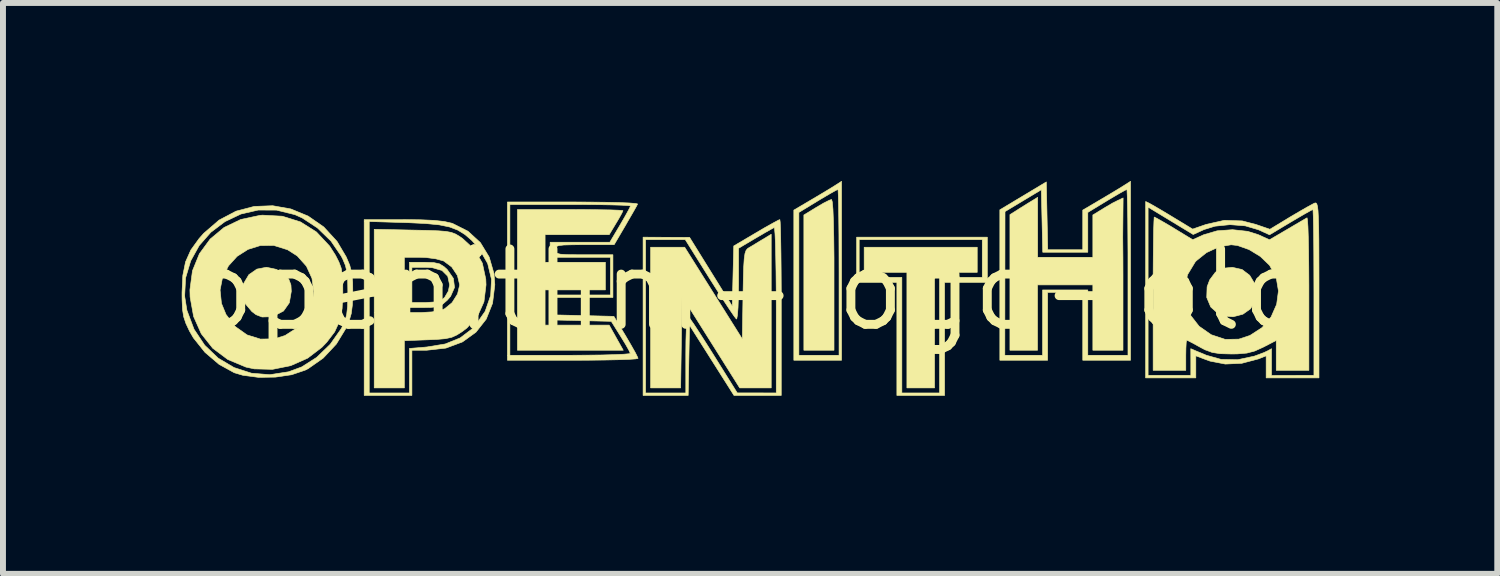
<source format=kicad_pcb>
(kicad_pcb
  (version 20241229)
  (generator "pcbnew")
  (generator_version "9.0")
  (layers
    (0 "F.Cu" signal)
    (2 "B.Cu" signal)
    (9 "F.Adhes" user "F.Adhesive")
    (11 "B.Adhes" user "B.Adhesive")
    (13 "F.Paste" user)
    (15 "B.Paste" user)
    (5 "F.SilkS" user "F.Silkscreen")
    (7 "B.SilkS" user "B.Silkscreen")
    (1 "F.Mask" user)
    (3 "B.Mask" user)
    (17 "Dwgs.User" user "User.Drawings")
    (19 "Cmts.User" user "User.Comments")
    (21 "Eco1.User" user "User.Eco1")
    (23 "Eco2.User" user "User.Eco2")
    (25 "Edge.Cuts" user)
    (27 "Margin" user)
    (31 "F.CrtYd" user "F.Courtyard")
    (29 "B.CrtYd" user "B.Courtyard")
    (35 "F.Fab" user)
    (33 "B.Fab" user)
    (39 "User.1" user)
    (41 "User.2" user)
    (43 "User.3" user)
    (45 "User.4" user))
  (footprint "openithm-logo-old"
    (layer "F.Cu")
    (at 9.563 1.835)
    (property "Reference" "openithm-logo-old" (at 0 0 0) (layer "F.SilkS") (effects (font (size 1.27 1.27) (thickness 0.15))))
    (attr through_hole)
    (fp_poly (pts (xy 3.852 -0.296) (xy 3.133 -0.296) (xy 3.133 1.651) (xy 2.667 1.651) (xy 2.667 -0.296) (xy 1.947 -0.296) (xy 1.947 -0.72) (xy 3.852 -0.72) (xy 3.852 -0.296)) (stroke (width 0.01) (type solid)) (fill yes) (layer "F.SilkS"))
    (fp_poly (pts (xy 1.41 -1.482) (xy 1.421 -1.36) (xy 1.429 -1.161) (xy 1.435 -0.889) (xy 1.439 -0.548) (xy 1.439 -0.254) (xy 1.439 1.016) (xy 0.931 1.016) (xy 0.931 -1.263) (xy 1.144 -1.393) (xy 1.265 -1.464) (xy 1.359 -1.511) (xy 1.398 -1.524) (xy 1.41 -1.482)) (stroke (width 0.01) (type solid)) (fill yes) (layer "F.SilkS"))
    (fp_poly (pts (xy 8.314 -0.344) (xy 8.442 -0.247) (xy 8.525 -0.109) (xy 8.554 0.051) (xy 8.522 0.212) (xy 8.456 0.318) (xy 8.328 0.409) (xy 8.163 0.452) (xy 7.997 0.44) (xy 7.921 0.409) (xy 7.786 0.287) (xy 7.719 0.127) (xy 7.725 -0.053) (xy 7.769 -0.17) (xy 7.866 -0.3) (xy 8.001 -0.366) (xy 8.15 -0.381) (xy 8.314 -0.344)) (stroke (width 0.01) (type solid)) (fill yes) (layer "F.SilkS"))
    (fp_poly (pts (xy -7.954 -0.346) (xy -7.835 -0.271) (xy -7.748 -0.182) (xy -7.711 -0.084) (xy -7.705 0.023) (xy -7.738 0.216) (xy -7.836 0.355) (xy -7.994 0.437) (xy -8.067 0.452) (xy -8.198 0.456) (xy -8.299 0.417) (xy -8.369 0.364) (xy -8.493 0.217) (xy -8.536 0.052) (xy -8.509 -0.107) (xy -8.42 -0.257) (xy -8.285 -0.351) (xy -8.123 -0.382) (xy -7.954 -0.346)) (stroke (width 0.01) (type solid)) (fill yes) (layer "F.SilkS"))
    (fp_poly (pts (xy 4.022 -0.127) (xy 3.302 -0.127) (xy 3.302 1.778) (xy 2.498 1.778) (xy 2.498 -0.127) (xy 1.82 -0.127) (xy 1.82 -0.847) (xy 1.863 -0.847) (xy 1.863 -0.212) (xy 2.582 -0.212) (xy 2.582 1.736) (xy 3.217 1.736) (xy 3.217 -0.212) (xy 3.937 -0.212) (xy 3.937 -0.847) (xy 1.863 -0.847) (xy 1.82 -0.847) (xy 1.82 -0.889) (xy 4.022 -0.889) (xy 4.022 -0.127)) (stroke (width 0.01) (type solid)) (fill yes) (layer "F.SilkS"))
    (fp_poly (pts (xy 6.304 -0.889) (xy 6.307 -0.548) (xy 6.308 -0.254) (xy 6.308 1.016) (xy 5.8 1.016) (xy 5.8 -0.085) (xy 4.868 -0.085) (xy 4.868 1.016) (xy 4.403 1.016) (xy 4.403 -1.269) (xy 4.575 -1.378) (xy 4.698 -1.455) (xy 4.87 -1.56) (xy 4.87 -0.55) (xy 5.8 -0.55) (xy 5.8 -1.263) (xy 6.012 -1.393) (xy 6.133 -1.464) (xy 6.227 -1.511) (xy 6.31 -1.55)) (stroke (width 0.01) (type solid)) (fill yes) (layer "F.SilkS"))
    (fp_poly (pts (xy -2.742 -1.354) (xy -2.509 -1.351) (xy -2.32 -1.348) (xy -2.186 -1.343) (xy -2.121 -1.337) (xy -2.117 -1.335) (xy -2.137 -1.291) (xy -2.188 -1.199) (xy -2.233 -1.124) (xy -2.349 -0.931) (xy -3.429 -0.931) (xy -3.429 -0.466) (xy -2.413 -0.466) (xy -2.413 0) (xy -3.429 0) (xy -3.429 0.593) (xy -2.349 0.593) (xy -2.231 0.804) (xy -2.112 1.016) (xy -3.895 1.016) (xy -3.895 -1.355) (xy -3.006 -1.355) (xy -2.742 -1.354)) (stroke (width 0.01) (type solid)) (fill yes) (layer "F.SilkS"))
    (fp_poly (pts (xy 0.381 1.651) (xy -0.15 1.651) (xy -0.636 0.878) (xy -1.122 0.106) (xy -1.133 0.878) (xy -1.145 1.651) (xy -1.651 1.651) (xy -1.651 -0.72) (xy -1.077 -0.72) (xy -0.106 0.826) (xy -0.094 0.084) (xy -0.089 -0.188) (xy -0.083 -0.386) (xy -0.074 -0.524) (xy -0.061 -0.614) (xy -0.042 -0.668) (xy -0.017 -0.697) (xy -0.01 -0.702) (xy 0.072 -0.751) (xy 0.187 -0.821) (xy 0.222 -0.842) (xy 0.381 -0.938) (xy 0.381 1.651)) (stroke (width 0.01) (type solid)) (fill yes) (layer "F.SilkS"))
    (fp_poly (pts (xy 1.566 1.185) (xy 0.762 1.185) (xy 0.762 -1.306) (xy 0.847 -1.306) (xy 0.847 1.101) (xy 1.524 1.101) (xy 1.524 -0.296) (xy 1.523 -0.631) (xy 1.522 -0.936) (xy 1.519 -1.203) (xy 1.516 -1.422) (xy 1.512 -1.582) (xy 1.508 -1.675) (xy 1.504 -1.693) (xy 1.462 -1.673) (xy 1.365 -1.618) (xy 1.231 -1.539) (xy 1.166 -1.5) (xy 0.847 -1.306) (xy 0.762 -1.306) (xy 0.762 -1.345) (xy 1.069 -1.526) (xy 1.224 -1.618) (xy 1.362 -1.701) (xy 1.457 -1.76) (xy 1.471 -1.769) (xy 1.566 -1.83) (xy 1.566 1.185)) (stroke (width 0.01) (type solid)) (fill yes) (layer "F.SilkS"))
    (fp_poly (pts (xy -5.306 -0.461) (xy -5.207 -0.439) (xy -5.129 -0.39) (xy -5.077 -0.342) (xy -4.974 -0.194) (xy -4.955 -0.042) (xy -5.021 0.108) (xy -5.077 0.173) (xy -5.158 0.243) (xy -5.24 0.281) (xy -5.356 0.295) (xy -5.458 0.296) (xy -5.715 0.296) (xy -5.715 -0.381) (xy -5.673 -0.381) (xy -5.673 0.212) (xy -5.44 0.212) (xy -5.28 0.202) (xy -5.175 0.168) (xy -5.122 0.127) (xy -5.059 0.02) (xy -5.038 -0.085) (xy -5.069 -0.231) (xy -5.166 -0.328) (xy -5.331 -0.375) (xy -5.44 -0.381) (xy -5.673 -0.381) (xy -5.715 -0.381) (xy -5.715 -0.466) (xy -5.458 -0.466) (xy -5.306 -0.461)) (stroke (width 0.01) (type solid)) (fill yes) (layer "F.SilkS"))
    (fp_poly (pts (xy -5.655 -1.008) (xy -5.407 -1.003) (xy -5.227 -0.996) (xy -5.1 -0.986) (xy -5.009 -0.969) (xy -4.94 -0.943) (xy -4.875 -0.905) (xy -4.819 -0.866) (xy -4.615 -0.678) (xy -4.486 -0.451) (xy -4.428 -0.181) (xy -4.424 -0.085) (xy -4.459 0.2) (xy -4.566 0.44) (xy -4.745 0.64) (xy -4.819 0.697) (xy -4.914 0.758) (xy -5.002 0.798) (xy -5.108 0.821) (xy -5.256 0.834) (xy -5.401 0.84) (xy -5.8 0.855) (xy -5.8 1.651) (xy -6.308 1.651) (xy -6.308 -0.55) (xy -5.8 -0.55) (xy -5.8 0.381) (xy -5.522 0.381) (xy -5.332 0.37) (xy -5.177 0.339) (xy -5.121 0.317) (xy -4.996 0.214) (xy -4.904 0.068) (xy -4.868 -0.084) (xy -4.868 -0.085) (xy -4.906 -0.243) (xy -5.003 -0.388) (xy -5.137 -0.487) (xy -5.145 -0.49) (xy -5.269 -0.524) (xy -5.433 -0.546) (xy -5.544 -0.55) (xy -5.8 -0.55) (xy -6.308 -0.55) (xy -6.308 -1.022) (xy -5.655 -1.008)) (stroke (width 0.01) (type solid)) (fill yes) (layer "F.SilkS"))
    (fp_poly (pts (xy 6.435 1.185) (xy 5.63 1.185) (xy 5.63 0.042) (xy 5.038 0.042) (xy 5.038 1.185) (xy 4.233 1.185) (xy 4.233 1.101) (xy 4.32 1.101) (xy 4.953 1.101) (xy 4.953 0) (xy 5.715 0) (xy 5.715 1.101) (xy 6.392 1.101) (xy 6.392 -0.296) (xy 6.392 -0.631) (xy 6.39 -0.936) (xy 6.388 -1.203) (xy 6.384 -1.422) (xy 6.38 -1.582) (xy 6.376 -1.675) (xy 6.373 -1.693) (xy 6.33 -1.673) (xy 6.233 -1.618) (xy 6.099 -1.539) (xy 6.034 -1.5) (xy 5.715 -1.306) (xy 5.715 -0.635) (xy 4.956 -0.635) (xy 4.932 -1.688) (xy 4.32 -1.32) (xy 4.317 1.101) (xy 4.233 1.101) (xy 4.233 -1.35) (xy 4.625 -1.585) (xy 5.016 -1.82) (xy 5.028 -1.249) (xy 5.04 -0.677) (xy 5.63 -0.677) (xy 5.63 -1.345) (xy 5.937 -1.526) (xy 6.092 -1.618) (xy 6.23 -1.701) (xy 6.325 -1.76) (xy 6.339 -1.769) (xy 6.435 -1.83) (xy 6.435 1.185)) (stroke (width 0.01) (type solid)) (fill yes) (layer "F.SilkS"))
    (fp_poly (pts (xy -5.527 -1.182) (xy -5.298 -1.172) (xy -5.127 -1.153) (xy -5.004 -1.125) (xy -4.99 -1.121) (xy -4.728 -0.989) (xy -4.519 -0.797) (xy -4.371 -0.554) (xy -4.289 -0.271) (xy -4.276 -0.087) (xy -4.314 0.224) (xy -4.421 0.492) (xy -4.593 0.711) (xy -4.821 0.876) (xy -5.1 0.98) (xy -5.423 1.016) (xy -5.426 1.016) (xy -5.673 1.016) (xy -5.673 1.778) (xy -6.477 1.778) (xy -6.477 1.736) (xy -6.392 1.736) (xy -5.715 1.736) (xy -5.715 0.986) (xy -5.42 0.961) (xy -5.11 0.91) (xy -4.859 0.808) (xy -4.652 0.651) (xy -4.61 0.606) (xy -4.438 0.359) (xy -4.346 0.094) (xy -4.332 -0.178) (xy -4.396 -0.444) (xy -4.538 -0.694) (xy -4.664 -0.834) (xy -4.78 -0.934) (xy -4.9 -1.008) (xy -5.039 -1.061) (xy -5.214 -1.097) (xy -5.441 -1.119) (xy -5.735 -1.133) (xy -5.768 -1.134) (xy -6.392 -1.153) (xy -6.392 1.736) (xy -6.477 1.736) (xy -6.477 -1.185) (xy -5.828 -1.185) (xy -5.527 -1.182)) (stroke (width 0.01) (type solid)) (fill yes) (layer "F.SilkS"))
    (fp_poly (pts (xy -7.856 -1.242) (xy -7.55 -1.146) (xy -7.282 -0.977) (xy -7.059 -0.739) (xy -6.962 -0.587) (xy -6.903 -0.471) (xy -6.865 -0.369) (xy -6.846 -0.255) (xy -6.838 -0.102) (xy -6.837 0.042) (xy -6.849 0.312) (xy -6.892 0.525) (xy -6.974 0.706) (xy -7.106 0.879) (xy -7.19 0.967) (xy -7.43 1.15) (xy -7.715 1.276) (xy -8.022 1.338) (xy -8.329 1.33) (xy -8.469 1.3) (xy -8.775 1.172) (xy -9.028 0.983) (xy -9.222 0.738) (xy -9.351 0.448) (xy -9.41 0.119) (xy -9.413 0.001) (xy -8.905 0.001) (xy -8.882 0.226) (xy -8.805 0.414) (xy -8.648 0.618) (xy -8.45 0.758) (xy -8.226 0.828) (xy -7.989 0.824) (xy -7.81 0.768) (xy -7.599 0.632) (xy -7.447 0.453) (xy -7.356 0.245) (xy -7.326 0.024) (xy -7.357 -0.196) (xy -7.45 -0.4) (xy -7.605 -0.573) (xy -7.768 -0.677) (xy -8.001 -0.75) (xy -8.226 -0.748) (xy -8.435 -0.683) (xy -8.618 -0.566) (xy -8.763 -0.406) (xy -8.863 -0.213) (xy -8.905 0.001) (xy -9.413 0.001) (xy -9.413 -0.002) (xy -9.37 -0.323) (xy -9.253 -0.61) (xy -9.073 -0.856) (xy -8.838 -1.052) (xy -8.555 -1.188) (xy -8.234 -1.256) (xy -8.191 -1.26) (xy -7.856 -1.242)) (stroke (width 0.01) (type solid)) (fill yes) (layer "F.SilkS"))
    (fp_poly (pts (xy 0.532 -1.145) (xy 0.537 -1.029) (xy 0.541 -0.847) (xy 0.545 -0.61) (xy 0.548 -0.327) (xy 0.55 -0.006) (xy 0.55 0.296) (xy 0.55 1.778) (xy -0.246 1.778) (xy -0.621 1.186) (xy -0.995 0.595) (xy -1.007 1.186) (xy -1.018 1.778) (xy -1.778 1.778) (xy -1.778 -0.847) (xy -1.736 -0.847) (xy -1.736 1.736) (xy -1.058 1.736) (xy -1.058 1.077) (xy -1.056 0.854) (xy -1.05 0.666) (xy -1.041 0.527) (xy -1.029 0.451) (xy -1.022 0.441) (xy -0.988 0.483) (xy -0.918 0.584) (xy -0.82 0.734) (xy -0.701 0.92) (xy -0.588 1.099) (xy -0.191 1.735) (xy 0.138 1.735) (xy 0.466 1.736) (xy 0.466 0.335) (xy 0.465 0.001) (xy 0.462 -0.303) (xy 0.457 -0.569) (xy 0.452 -0.786) (xy 0.445 -0.944) (xy 0.437 -1.034) (xy 0.431 -1.051) (xy 0.381 -1.024) (xy 0.278 -0.966) (xy 0.143 -0.887) (xy 0.114 -0.87) (xy -0.169 -0.702) (xy -0.169 -0.095) (xy -0.172 0.119) (xy -0.178 0.297) (xy -0.188 0.424) (xy -0.2 0.487) (xy -0.206 0.49) (xy -0.239 0.449) (xy -0.309 0.347) (xy -0.408 0.197) (xy -0.528 0.011) (xy -0.655 -0.189) (xy -1.067 -0.847) (xy -1.736 -0.847) (xy -1.778 -0.847) (xy -1.778 -0.889) (xy -1.386 -0.887) (xy -0.995 -0.886) (xy -0.635 -0.306) (xy -0.275 0.274) (xy -0.263 -0.234) (xy -0.25 -0.741) (xy 0.126 -0.963) (xy 0.284 -1.056) (xy 0.415 -1.129) (xy 0.501 -1.175) (xy 0.526 -1.185) (xy 0.532 -1.145)) (stroke (width 0.01) (type solid)) (fill yes) (layer "F.SilkS"))
    (fp_poly (pts (xy 6.75 -1.461) (xy 6.849 -1.405) (xy 6.987 -1.324) (xy 7.105 -1.253) (xy 7.481 -1.025) (xy 7.709 -1.104) (xy 8.016 -1.173) (xy 8.317 -1.163) (xy 8.551 -1.102) (xy 8.783 -1.022) (xy 9.126 -1.23) (xy 9.284 -1.323) (xy 9.42 -1.401) (xy 9.514 -1.452) (xy 9.539 -1.464) (xy 9.558 -1.466) (xy 9.573 -1.45) (xy 9.585 -1.409) (xy 9.594 -1.334) (xy 9.6 -1.218) (xy 9.605 -1.053) (xy 9.608 -0.83) (xy 9.609 -0.542) (xy 9.61 -0.18) (xy 9.61 -0.005) (xy 9.61 1.482) (xy 8.72 1.482) (xy 8.72 1.11) (xy 8.59 1.162) (xy 8.31 1.236) (xy 8.032 1.249) (xy 7.774 1.199) (xy 7.673 1.162) (xy 7.535 1.11) (xy 7.535 1.482) (xy 6.689 1.482) (xy 6.689 1.439) (xy 6.731 1.439) (xy 7.451 1.439) (xy 7.451 1.228) (xy 7.45 0.99) (xy 7.547 1.032) (xy 7.651 1.074) (xy 7.711 1.1) (xy 7.96 1.17) (xy 8.239 1.176) (xy 8.519 1.116) (xy 8.561 1.101) (xy 8.684 1.055) (xy 8.75 1.024) (xy 8.81 0.99) (xy 8.81 1.44) (xy 9.525 1.439) (xy 9.525 0.042) (xy 9.524 -0.292) (xy 9.523 -0.598) (xy 9.521 -0.865) (xy 9.518 -1.083) (xy 9.514 -1.244) (xy 9.51 -1.336) (xy 9.507 -1.355) (xy 9.465 -1.334) (xy 9.368 -1.28) (xy 9.231 -1.2) (xy 9.133 -1.142) (xy 8.777 -0.929) (xy 8.59 -1.014) (xy 8.367 -1.08) (xy 8.11 -1.1) (xy 7.857 -1.074) (xy 7.672 -1.017) (xy 7.491 -0.934) (xy 6.731 -1.395) (xy 6.731 1.439) (xy 6.689 1.439) (xy 6.689 0) (xy 6.69 -1.49) (xy 6.75 -1.461)) (stroke (width 0.01) (type solid)) (fill yes) (layer "F.SilkS"))
    (fp_poly (pts (xy 6.878 -1.207) (xy 6.975 -1.152) (xy 7.109 -1.074) (xy 7.169 -1.037) (xy 7.483 -0.846) (xy 7.668 -0.93) (xy 7.894 -0.996) (xy 8.154 -1.015) (xy 8.41 -0.987) (xy 8.59 -0.93) (xy 8.776 -0.845) (xy 9.077 -1.021) (xy 9.219 -1.105) (xy 9.334 -1.172) (xy 9.401 -1.211) (xy 9.409 -1.215) (xy 9.416 -1.179) (xy 9.424 -1.068) (xy 9.43 -0.893) (xy 9.435 -0.663) (xy 9.438 -0.389) (xy 9.44 -0.081) (xy 9.44 0.061) (xy 9.44 1.355) (xy 8.89 1.355) (xy 8.89 0.851) (xy 8.669 0.965) (xy 8.528 1.029) (xy 8.395 1.064) (xy 8.231 1.078) (xy 8.13 1.079) (xy 7.945 1.074) (xy 7.811 1.053) (xy 7.691 1.009) (xy 7.604 0.963) (xy 7.489 0.899) (xy 7.407 0.857) (xy 7.382 0.847) (xy 7.373 0.885) (xy 7.368 0.985) (xy 7.366 1.101) (xy 7.366 1.355) (xy 6.816 1.355) (xy 6.816 0.064) (xy 6.816 -0.028) (xy 7.342 -0.028) (xy 7.359 0.204) (xy 7.443 0.423) (xy 7.59 0.612) (xy 7.795 0.755) (xy 8.03 0.833) (xy 8.259 0.829) (xy 8.447 0.767) (xy 8.652 0.634) (xy 8.804 0.453) (xy 8.897 0.242) (xy 8.927 0.017) (xy 8.89 -0.206) (xy 8.781 -0.409) (xy 8.776 -0.416) (xy 8.622 -0.564) (xy 8.432 -0.68) (xy 8.237 -0.749) (xy 8.13 -0.761) (xy 7.923 -0.725) (xy 7.715 -0.629) (xy 7.544 -0.492) (xy 7.524 -0.47) (xy 7.396 -0.258) (xy 7.342 -0.028) (xy 6.816 -0.028) (xy 6.816 -0.257) (xy 6.818 -0.549) (xy 6.821 -0.802) (xy 6.824 -1.005) (xy 6.829 -1.148) (xy 6.833 -1.22) (xy 6.835 -1.228) (xy 6.878 -1.207)) (stroke (width 0.01) (type solid)) (fill yes) (layer "F.SilkS"))
    (fp_poly (pts (xy -7.712 -1.364) (xy -7.421 -1.244) (xy -7.158 -1.061) (xy -6.934 -0.817) (xy -6.779 -0.555) (xy -6.72 -0.415) (xy -6.686 -0.283) (xy -6.671 -0.128) (xy -6.669 0.042) (xy -6.675 0.246) (xy -6.695 0.399) (xy -6.735 0.535) (xy -6.782 0.643) (xy -6.946 0.912) (xy -7.167 1.148) (xy -7.422 1.327) (xy -7.472 1.352) (xy -7.7 1.429) (xy -7.973 1.469) (xy -8.257 1.473) (xy -8.521 1.438) (xy -8.666 1.395) (xy -8.922 1.254) (xy -9.16 1.051) (xy -9.354 0.808) (xy -9.421 0.692) (xy -9.481 0.564) (xy -9.518 0.453) (xy -9.538 0.33) (xy -9.545 0.167) (xy -9.546 0.104) (xy -9.502 0.104) (xy -9.464 0.343) (xy -9.344 0.662) (xy -9.164 0.932) (xy -8.936 1.15) (xy -8.669 1.308) (xy -8.376 1.403) (xy -8.066 1.428) (xy -7.75 1.379) (xy -7.529 1.297) (xy -7.278 1.137) (xy -7.049 0.916) (xy -6.865 0.655) (xy -6.851 0.629) (xy -6.802 0.524) (xy -6.772 0.416) (xy -6.757 0.28) (xy -6.753 0.089) (xy -6.752 0.042) (xy -6.755 -0.158) (xy -6.767 -0.301) (xy -6.793 -0.413) (xy -6.838 -0.52) (xy -6.865 -0.572) (xy -7.036 -0.823) (xy -7.264 -1.044) (xy -7.521 -1.213) (xy -7.643 -1.268) (xy -7.955 -1.345) (xy -8.262 -1.346) (xy -8.554 -1.279) (xy -8.823 -1.151) (xy -9.06 -0.972) (xy -9.256 -0.749) (xy -9.4 -0.49) (xy -9.486 -0.203) (xy -9.502 0.104) (xy -9.546 0.104) (xy -9.546 0.042) (xy -9.533 -0.243) (xy -9.487 -0.472) (xy -9.398 -0.672) (xy -9.258 -0.866) (xy -9.181 -0.953) (xy -8.923 -1.176) (xy -8.636 -1.327) (xy -8.331 -1.407) (xy -8.019 -1.419) (xy -7.712 -1.364)) (stroke (width 0.01) (type solid)) (fill yes) (layer "F.SilkS"))
    (fp_poly (pts (xy -2.665 -1.48) (xy -2.401 -1.477) (xy -2.178 -1.472) (xy -2.009 -1.465) (xy -1.902 -1.456) (xy -1.87 -1.448) (xy -1.896 -1.398) (xy -1.955 -1.294) (xy -2.036 -1.155) (xy -2.074 -1.088) (xy -2.265 -0.763) (xy -2.762 -0.763) (xy -2.974 -0.761) (xy -3.115 -0.757) (xy -3.2 -0.747) (xy -3.243 -0.729) (xy -3.258 -0.7) (xy -3.26 -0.677) (xy -3.255 -0.641) (xy -3.229 -0.617) (xy -3.17 -0.602) (xy -3.062 -0.595) (xy -2.892 -0.593) (xy -2.773 -0.593) (xy -2.286 -0.593) (xy -2.286 0.127) (xy -3.26 0.127) (xy -3.26 0.421) (xy -2.765 0.433) (xy -2.27 0.445) (xy -2.066 0.783) (xy -1.978 0.934) (xy -1.908 1.058) (xy -1.869 1.136) (xy -1.863 1.154) (xy -1.903 1.162) (xy -2.017 1.17) (xy -2.194 1.176) (xy -2.421 1.181) (xy -2.689 1.184) (xy -2.963 1.185) (xy -4.064 1.185) (xy -4.064 -1.439) (xy -4.022 -1.439) (xy -4.022 1.101) (xy -3.006 1.101) (xy -2.723 1.099) (xy -2.47 1.096) (xy -2.26 1.09) (xy -2.103 1.083) (xy -2.012 1.075) (xy -1.993 1.069) (xy -2.015 1.02) (xy -2.071 0.92) (xy -2.15 0.791) (xy -2.155 0.783) (xy -2.314 0.529) (xy -2.829 0.517) (xy -3.344 0.505) (xy -3.344 0.085) (xy -2.328 0.085) (xy -2.328 -0.55) (xy -3.344 -0.55) (xy -3.344 -0.804) (xy -2.338 -0.804) (xy -2.164 -1.097) (xy -2.083 -1.237) (xy -2.022 -1.347) (xy -1.991 -1.409) (xy -1.99 -1.415) (xy -2.03 -1.422) (xy -2.144 -1.428) (xy -2.319 -1.433) (xy -2.544 -1.437) (xy -2.807 -1.439) (xy -3.006 -1.439) (xy -4.022 -1.439) (xy -4.064 -1.439) (xy -4.064 -1.482) (xy -2.96 -1.482) (xy -2.665 -1.48)) (stroke (width 0.01) (type solid)) (fill yes) (layer "F.SilkS")))
  (gr_rect
    (start -3 -3)
    (end 22.177 6.618)
    (stroke (width 0.1) (type default))
    (fill no)
    (layer "Edge.Cuts")))
</source>
